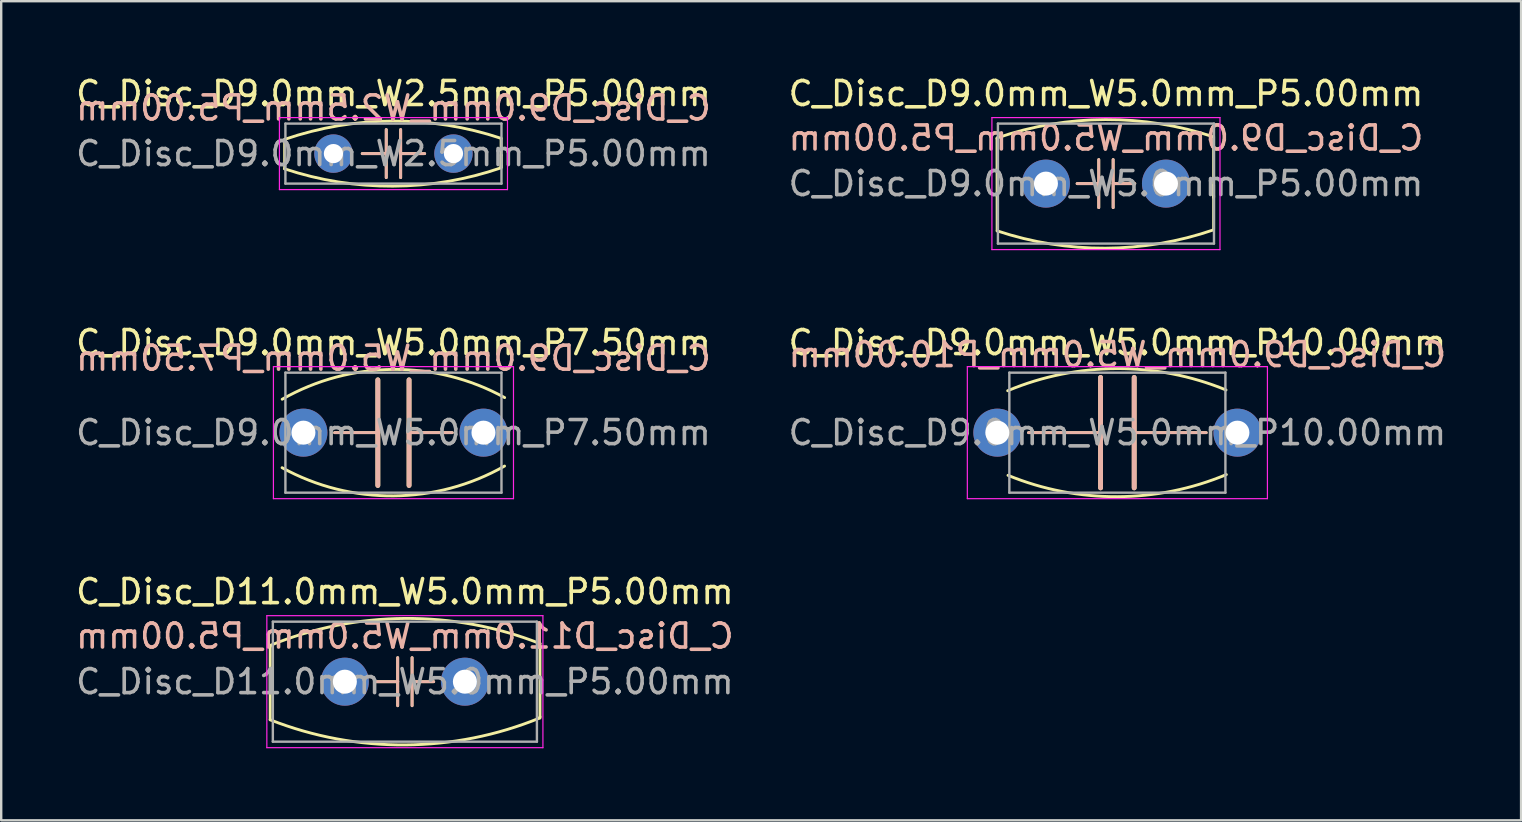
<source format=kicad_pcb>
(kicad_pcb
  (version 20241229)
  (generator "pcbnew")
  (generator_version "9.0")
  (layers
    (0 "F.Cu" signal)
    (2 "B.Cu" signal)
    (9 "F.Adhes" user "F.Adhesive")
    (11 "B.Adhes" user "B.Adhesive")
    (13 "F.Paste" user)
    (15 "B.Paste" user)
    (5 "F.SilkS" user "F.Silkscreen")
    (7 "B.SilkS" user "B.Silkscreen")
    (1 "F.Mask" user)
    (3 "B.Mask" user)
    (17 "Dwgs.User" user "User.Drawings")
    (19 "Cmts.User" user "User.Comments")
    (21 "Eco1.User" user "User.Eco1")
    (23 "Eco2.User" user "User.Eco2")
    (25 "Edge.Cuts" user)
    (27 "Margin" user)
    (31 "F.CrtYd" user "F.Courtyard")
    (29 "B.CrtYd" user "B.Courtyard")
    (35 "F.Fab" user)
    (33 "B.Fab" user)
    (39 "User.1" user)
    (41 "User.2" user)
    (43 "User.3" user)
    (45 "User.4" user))
  (footprint "C_Disc_D9.0mm_W2.5mm_P5.00mm"
    (layer "F.Cu")
    (at 10.839 3.348)
    (property "Reference" "C_Disc_D9.0mm_W2.5mm_P5.00mm" (at 2.5 -2.5 0) (layer "F.SilkS") (effects (font (size 1 1) (thickness 0.15))))
    (fp_line (start -2.032 -0.572) (end -2.032 0.635) (stroke (width 0.12) (type solid)) (layer "F.SilkS"))
    (fp_line (start -2.032 -0.572) (end -2.026 -0.594) (stroke (width 0.12) (type solid)) (layer "F.SilkS"))
    (fp_line (start 1.2 0) (end 2.2 0) (stroke (width 0.12) (type solid)) (layer "F.SilkS"))
    (fp_line (start 2.2 0) (end 2.2 -1) (stroke (width 0.12) (type solid)) (layer "F.SilkS"))
    (fp_line (start 2.2 0) (end 2.2 1) (stroke (width 0.12) (type solid)) (layer "F.SilkS"))
    (fp_line (start 2.8 -1) (end 2.8 1) (stroke (width 0.12) (type solid)) (layer "F.SilkS"))
    (fp_line (start 2.8 0) (end 3.8 0) (stroke (width 0.12) (type solid)) (layer "F.SilkS"))
    (fp_line (start 6.985 0.064) (end 6.985 -0.635) (stroke (width 0.12) (type solid)) (layer "F.SilkS"))
    (fp_line (start 6.985 0.064) (end 6.985 0.572) (stroke (width 0.12) (type solid)) (layer "F.SilkS"))
    (fp_line (start 6.985 0.572) (end 6.985 0.064) (stroke (width 0.12) (type solid)) (layer "F.SilkS"))
    (fp_line (start 6.985 0.572) (end 6.985 0.508) (stroke (width 0.12) (type solid)) (layer "F.SilkS"))
    (fp_arc (start -2.025917 -0.594083) (mid 2.476174 -1.356179) (end 6.985 -0.635) (stroke (width 0.12) (type solid)) (layer "F.SilkS"))
    (fp_arc (start 6.978917 0.594083) (mid 2.476826 1.356179) (end -2.032 0.635) (stroke (width 0.12) (type solid)) (layer "F.SilkS"))
    (fp_line (start 1.2 0) (end 2.2 0) (stroke (width 0.12) (type solid)) (layer "B.SilkS"))
    (fp_line (start 2.2 0) (end 2.2 -1) (stroke (width 0.12) (type solid)) (layer "B.SilkS"))
    (fp_line (start 2.2 0) (end 2.2 1) (stroke (width 0.12) (type solid)) (layer "B.SilkS"))
    (fp_line (start 2.8 0) (end 3.8 0) (stroke (width 0.12) (type solid)) (layer "B.SilkS"))
    (fp_line (start 2.8 1) (end 2.8 -1) (stroke (width 0.12) (type solid)) (layer "B.SilkS"))
    (fp_line (start -2.25 -1.5) (end -2.25 1.5) (stroke (width 0.05) (type solid)) (layer "F.CrtYd"))
    (fp_line (start -2.25 1.5) (end 7.25 1.5) (stroke (width 0.05) (type solid)) (layer "F.CrtYd"))
    (fp_line (start 7.25 -1.5) (end -2.25 -1.5) (stroke (width 0.05) (type solid)) (layer "F.CrtYd"))
    (fp_line (start 7.25 1.5) (end 7.25 -1.5) (stroke (width 0.05) (type solid)) (layer "F.CrtYd"))
    (fp_line (start -2 -1.25) (end -2 1.25) (stroke (width 0.1) (type solid)) (layer "F.Fab"))
    (fp_line (start -2 1.25) (end 7 1.25) (stroke (width 0.1) (type solid)) (layer "F.Fab"))
    (fp_line (start 7 -1.25) (end -2 -1.25) (stroke (width 0.1) (type solid)) (layer "F.Fab"))
    (fp_line (start 7 1.25) (end 7 -1.25) (stroke (width 0.1) (type solid)) (layer "F.Fab"))
    (fp_text user "${REFERENCE}" (at 2.5 -1.9 0) (layer "B.SilkS") (effects (font (size 1 1) (thickness 0.15)) (justify mirror)))
    (fp_text user "${REFERENCE}" (at 2.5 0 0) (layer "F.Fab") (effects (font (size 1 1) (thickness 0.15))))
    (pad "1" thru_hole circle (at 0 0) (size 1.6 1.6) (drill 0.8) (layers "*.Cu" "*.Mask"))
    (pad "2" thru_hole circle (at 5 0) (size 1.6 1.6) (drill 0.8) (layers "*.Cu" "*.Mask")))
  (footprint "C_Disc_D9.0mm_W5.0mm_P5.00mm"
    (layer "F.Cu")
    (at 40.518 4.598)
    (property "Reference" "C_Disc_D9.0mm_W5.0mm_P5.00mm" (at 2.5 -3.75 0) (layer "F.SilkS") (effects (font (size 1 1) (thickness 0.15))))
    (fp_line (start -2.038 -1.882) (end -2.032 -1.905) (stroke (width 0.12) (type solid)) (layer "F.SilkS"))
    (fp_line (start -2.038 -1.882) (end -2.032 1.968) (stroke (width 0.12) (type solid)) (layer "F.SilkS"))
    (fp_line (start 1.3 0) (end 2.2 0) (stroke (width 0.12) (type solid)) (layer "F.SilkS"))
    (fp_line (start 2.2 0) (end 2.2 -1) (stroke (width 0.12) (type solid)) (layer "F.SilkS"))
    (fp_line (start 2.2 0) (end 2.2 1) (stroke (width 0.12) (type solid)) (layer "F.SilkS"))
    (fp_line (start 2.8 -1) (end 2.8 1) (stroke (width 0.12) (type solid)) (layer "F.SilkS"))
    (fp_line (start 2.8 0) (end 3.7 0) (stroke (width 0.12) (type solid)) (layer "F.SilkS"))
    (fp_line (start 6.985 0.064) (end 6.985 -1.946) (stroke (width 0.12) (type solid)) (layer "F.SilkS"))
    (fp_line (start 6.985 0.064) (end 6.985 0.572) (stroke (width 0.12) (type solid)) (layer "F.SilkS"))
    (fp_line (start 6.985 0.572) (end 6.985 0.508) (stroke (width 0.12) (type solid)) (layer "F.SilkS"))
    (fp_line (start 6.985 1.905) (end 6.985 0.064) (stroke (width 0.12) (type solid)) (layer "F.SilkS"))
    (fp_arc (start -2.025917 -1.905) (mid 2.476174 -2.667096) (end 6.985 -1.945917) (stroke (width 0.12) (type solid)) (layer "F.SilkS"))
    (fp_arc (start 6.978917 1.927583) (mid 2.476826 2.689679) (end -2.032 1.9685) (stroke (width 0.12) (type solid)) (layer "F.SilkS"))
    (fp_line (start 1.3 0) (end 2.2 0) (stroke (width 0.12) (type solid)) (layer "B.SilkS"))
    (fp_line (start 2.2 0) (end 2.2 -1) (stroke (width 0.12) (type solid)) (layer "B.SilkS"))
    (fp_line (start 2.2 0) (end 2.2 1) (stroke (width 0.12) (type solid)) (layer "B.SilkS"))
    (fp_line (start 2.8 0) (end 3.7 0) (stroke (width 0.12) (type solid)) (layer "B.SilkS"))
    (fp_line (start 2.8 1) (end 2.8 -1) (stroke (width 0.12) (type solid)) (layer "B.SilkS"))
    (fp_line (start -2.25 -2.75) (end -2.25 2.75) (stroke (width 0.05) (type solid)) (layer "F.CrtYd"))
    (fp_line (start -2.25 2.75) (end 7.25 2.75) (stroke (width 0.05) (type solid)) (layer "F.CrtYd"))
    (fp_line (start 7.25 -2.75) (end -2.25 -2.75) (stroke (width 0.05) (type solid)) (layer "F.CrtYd"))
    (fp_line (start 7.25 2.75) (end 7.25 -2.75) (stroke (width 0.05) (type solid)) (layer "F.CrtYd"))
    (fp_line (start -2 -2.5) (end -2 2.5) (stroke (width 0.1) (type solid)) (layer "F.Fab"))
    (fp_line (start -2 2.5) (end 7 2.5) (stroke (width 0.1) (type solid)) (layer "F.Fab"))
    (fp_line (start 7 -2.5) (end -2 -2.5) (stroke (width 0.1) (type solid)) (layer "F.Fab"))
    (fp_line (start 7 2.5) (end 7 -2.5) (stroke (width 0.1) (type solid)) (layer "F.Fab"))
    (fp_text user "${REFERENCE}" (at 2.5 -1.9 0) (layer "B.SilkS") (effects (font (size 1 1) (thickness 0.15)) (justify mirror)))
    (fp_text user "${REFERENCE}" (at 2.5 0 0) (layer "F.Fab") (effects (font (size 1 1) (thickness 0.15))))
    (pad "1" thru_hole circle (at 0 0) (size 2 2) (drill 1) (layers "*.Cu" "*.Mask"))
    (pad "2" thru_hole circle (at 5 0) (size 2 2) (drill 1) (layers "*.Cu" "*.Mask")))
  (footprint "C_Disc_D11.0mm_W5.0mm_P5.00mm"
    (layer "F.Cu")
    (at 11.315 25.345)
    (property "Reference" "C_Disc_D11.0mm_W5.0mm_P5.00mm" (at 2.5 -3.75 0) (layer "F.SilkS") (effects (font (size 1 1) (thickness 0.15))))
    (fp_line (start -3.111 -1.46) (end -3.106 -1.511) (stroke (width 0.12) (type solid)) (layer "F.SilkS"))
    (fp_line (start -3.111 1.587) (end -3.111 -1.46) (stroke (width 0.12) (type solid)) (layer "F.SilkS"))
    (fp_line (start 1.3 0) (end 2.2 0) (stroke (width 0.12) (type solid)) (layer "F.SilkS"))
    (fp_line (start 2.2 0) (end 2.2 -1) (stroke (width 0.12) (type solid)) (layer "F.SilkS"))
    (fp_line (start 2.2 0) (end 2.2 1) (stroke (width 0.12) (type solid)) (layer "F.SilkS"))
    (fp_line (start 2.8 -1) (end 2.8 1) (stroke (width 0.12) (type solid)) (layer "F.SilkS"))
    (fp_line (start 2.8 0) (end 3.7 0) (stroke (width 0.12) (type solid)) (layer "F.SilkS"))
    (fp_line (start 8.128 -1.587) (end 8.128 1.46) (stroke (width 0.12) (type solid)) (layer "F.SilkS"))
    (fp_line (start 8.128 1.46) (end 8.123 1.511) (stroke (width 0.12) (type solid)) (layer "F.SilkS"))
    (fp_arc (start -3.106181 -1.511004) (mid 2.50352 -2.634411) (end 8.128 -1.5875) (stroke (width 0.12) (type solid)) (layer "F.SilkS"))
    (fp_arc (start 8.122681 1.511004) (mid 2.51298 2.634411) (end -3.1115 1.5875) (stroke (width 0.12) (type solid)) (layer "F.SilkS"))
    (fp_line (start 1.3 0) (end 2.2 0) (stroke (width 0.12) (type solid)) (layer "B.SilkS"))
    (fp_line (start 2.2 0) (end 2.2 -1) (stroke (width 0.12) (type solid)) (layer "B.SilkS"))
    (fp_line (start 2.2 0) (end 2.2 1) (stroke (width 0.12) (type solid)) (layer "B.SilkS"))
    (fp_line (start 2.8 0) (end 3.7 0) (stroke (width 0.12) (type solid)) (layer "B.SilkS"))
    (fp_line (start 2.8 1) (end 2.8 -1) (stroke (width 0.12) (type solid)) (layer "B.SilkS"))
    (fp_line (start -3.25 -2.75) (end -3.25 2.75) (stroke (width 0.05) (type solid)) (layer "F.CrtYd"))
    (fp_line (start -3.25 2.75) (end 8.25 2.75) (stroke (width 0.05) (type solid)) (layer "F.CrtYd"))
    (fp_line (start 8.25 -2.75) (end -3.25 -2.75) (stroke (width 0.05) (type solid)) (layer "F.CrtYd"))
    (fp_line (start 8.25 2.75) (end 8.25 -2.75) (stroke (width 0.05) (type solid)) (layer "F.CrtYd"))
    (fp_line (start -3 -2.5) (end -3 2.5) (stroke (width 0.1) (type solid)) (layer "F.Fab"))
    (fp_line (start -3 2.5) (end 8 2.5) (stroke (width 0.1) (type solid)) (layer "F.Fab"))
    (fp_line (start 8 -2.5) (end -3 -2.5) (stroke (width 0.1) (type solid)) (layer "F.Fab"))
    (fp_line (start 8 2.5) (end 8 -2.5) (stroke (width 0.1) (type solid)) (layer "F.Fab"))
    (fp_text user "${REFERENCE}" (at 2.5 -1.9 0) (layer "B.SilkS") (effects (font (size 1 1) (thickness 0.15)) (justify mirror)))
    (fp_text user "${REFERENCE}" (at 2.5 0 0) (layer "F.Fab") (effects (font (size 1 1) (thickness 0.15))))
    (pad "1" thru_hole circle (at 0 0) (size 2 2) (drill 1) (layers "*.Cu" "*.Mask"))
    (pad "2" thru_hole circle (at 5 0) (size 2 2) (drill 1) (layers "*.Cu" "*.Mask")))
  (footprint "C_Disc_D9.0mm_W5.0mm_P10.00mm"
    (layer "F.Cu")
    (at 38.494 14.972)
    (property "Reference" "C_Disc_D9.0mm_W5.0mm_P10.00mm" (at 5 -3.75 0) (layer "F.SilkS") (effects (font (size 1 1) (thickness 0.15))))
    (fp_line (start 1.3 0) (end 4.3 0) (stroke (width 0.12) (type solid)) (layer "F.SilkS"))
    (fp_line (start 4.3 0) (end 4.3 -2.3) (stroke (width 0.2) (type solid)) (layer "F.SilkS"))
    (fp_line (start 4.3 0) (end 4.3 2.3) (stroke (width 0.2) (type solid)) (layer "F.SilkS"))
    (fp_line (start 5.7 0) (end 5.7 -2.3) (stroke (width 0.2) (type solid)) (layer "F.SilkS"))
    (fp_line (start 5.7 0) (end 5.7 2.3) (stroke (width 0.2) (type solid)) (layer "F.SilkS"))
    (fp_line (start 5.7 0) (end 8.7 0) (stroke (width 0.12) (type solid)) (layer "F.SilkS"))
    (fp_arc (start 0.431238 -1.746181) (mid 4.974952 -2.667096) (end 9.525 -1.778) (stroke (width 0.12) (type solid)) (layer "F.SilkS"))
    (fp_arc (start 9.538262 1.746181) (mid 4.994548 2.667096) (end 0.4445 1.778) (stroke (width 0.12) (type solid)) (layer "F.SilkS"))
    (fp_line (start 1.3 0) (end 4.3 0) (stroke (width 0.12) (type solid)) (layer "B.SilkS"))
    (fp_line (start 4.3 0) (end 4.3 -2.3) (stroke (width 0.2) (type solid)) (layer "B.SilkS"))
    (fp_line (start 4.3 0) (end 4.3 2.3) (stroke (width 0.2) (type solid)) (layer "B.SilkS"))
    (fp_line (start 5.7 0) (end 5.7 -2.3) (stroke (width 0.2) (type solid)) (layer "B.SilkS"))
    (fp_line (start 5.7 0) (end 5.7 2.3) (stroke (width 0.2) (type solid)) (layer "B.SilkS"))
    (fp_line (start 5.7 0) (end 8.7 0) (stroke (width 0.12) (type solid)) (layer "B.SilkS"))
    (fp_line (start -1.25 -2.75) (end -1.25 2.75) (stroke (width 0.05) (type solid)) (layer "F.CrtYd"))
    (fp_line (start -1.25 2.75) (end 11.25 2.75) (stroke (width 0.05) (type solid)) (layer "F.CrtYd"))
    (fp_line (start 11.25 -2.75) (end -1.25 -2.75) (stroke (width 0.05) (type solid)) (layer "F.CrtYd"))
    (fp_line (start 11.25 2.75) (end 11.25 -2.75) (stroke (width 0.05) (type solid)) (layer "F.CrtYd"))
    (fp_line (start 0.5 -2.5) (end 0.5 2.5) (stroke (width 0.1) (type solid)) (layer "F.Fab"))
    (fp_line (start 0.5 2.5) (end 9.5 2.5) (stroke (width 0.1) (type solid)) (layer "F.Fab"))
    (fp_line (start 9.5 -2.5) (end 0.5 -2.5) (stroke (width 0.1) (type solid)) (layer "F.Fab"))
    (fp_line (start 9.5 2.5) (end 9.5 -2.5) (stroke (width 0.1) (type solid)) (layer "F.Fab"))
    (fp_text user "${REFERENCE}" (at 5 -3.25 0) (layer "B.SilkS") (effects (font (size 1 1) (thickness 0.15)) (justify mirror)))
    (fp_text user "${REFERENCE}" (at 5 0 0) (layer "F.Fab") (effects (font (size 1 1) (thickness 0.15))))
    (pad "1" thru_hole circle (at 0 0) (size 2 2) (drill 1) (layers "*.Cu" "*.Mask"))
    (pad "2" thru_hole circle (at 10 0) (size 2 2) (drill 1) (layers "*.Cu" "*.Mask")))
  (footprint "C_Disc_D9.0mm_W5.0mm_P7.50mm"
    (layer "F.Cu")
    (at 9.589 14.972)
    (property "Reference" "C_Disc_D9.0mm_W5.0mm_P7.50mm" (at 3.75 -3.75 0) (layer "F.SilkS") (effects (font (size 1 1) (thickness 0.15))))
    (fp_line (start 1.3 0) (end 3.1 0) (stroke (width 0.12) (type solid)) (layer "F.SilkS"))
    (fp_line (start 3.1 0) (end 3.1 -2.2) (stroke (width 0.2) (type solid)) (layer "F.SilkS"))
    (fp_line (start 3.1 0) (end 3.1 2.2) (stroke (width 0.2) (type solid)) (layer "F.SilkS"))
    (fp_line (start 4.4 0) (end 4.4 -2.2) (stroke (width 0.2) (type solid)) (layer "F.SilkS"))
    (fp_line (start 4.4 0) (end 4.4 2.2) (stroke (width 0.2) (type solid)) (layer "F.SilkS"))
    (fp_line (start 4.4 0) (end 6.2 0) (stroke (width 0.12) (type solid)) (layer "F.SilkS"))
    (fp_arc (start -0.884963 -1.391723) (mid 3.739555 -2.633873) (end 8.382 -1.4605) (stroke (width 0.12) (type solid)) (layer "F.SilkS"))
    (fp_arc (start 8.377963 1.391723) (mid 3.753445 2.633873) (end -0.889 1.4605) (stroke (width 0.12) (type solid)) (layer "F.SilkS"))
    (fp_line (start 1.3 0) (end 3.048 0) (stroke (width 0.12) (type solid)) (layer "B.SilkS"))
    (fp_line (start 3.1 0) (end 3.1 -2.2) (stroke (width 0.2) (type solid)) (layer "B.SilkS"))
    (fp_line (start 3.1 0) (end 3.1 2.2) (stroke (width 0.2) (type solid)) (layer "B.SilkS"))
    (fp_line (start 4.4 0) (end 4.4 -2.2) (stroke (width 0.2) (type solid)) (layer "B.SilkS"))
    (fp_line (start 4.4 0) (end 4.4 2.2) (stroke (width 0.2) (type solid)) (layer "B.SilkS"))
    (fp_line (start 4.445 0) (end 6.2 0) (stroke (width 0.12) (type solid)) (layer "B.SilkS"))
    (fp_line (start -1.25 -2.75) (end -1.25 2.75) (stroke (width 0.05) (type solid)) (layer "F.CrtYd"))
    (fp_line (start -1.25 2.75) (end 8.75 2.75) (stroke (width 0.05) (type solid)) (layer "F.CrtYd"))
    (fp_line (start 8.75 -2.75) (end -1.25 -2.75) (stroke (width 0.05) (type solid)) (layer "F.CrtYd"))
    (fp_line (start 8.75 2.75) (end 8.75 -2.75) (stroke (width 0.05) (type solid)) (layer "F.CrtYd"))
    (fp_line (start -0.75 -2.5) (end -0.75 2.5) (stroke (width 0.1) (type solid)) (layer "F.Fab"))
    (fp_line (start -0.75 2.5) (end 8.25 2.5) (stroke (width 0.1) (type solid)) (layer "F.Fab"))
    (fp_line (start 8.25 -2.5) (end -0.75 -2.5) (stroke (width 0.1) (type solid)) (layer "F.Fab"))
    (fp_line (start 8.25 2.5) (end 8.25 -2.5) (stroke (width 0.1) (type solid)) (layer "F.Fab"))
    (fp_text user "${REFERENCE}" (at 3.75 -3.1 0) (layer "B.SilkS") (effects (font (size 1 1) (thickness 0.15)) (justify mirror)))
    (fp_text user "${REFERENCE}" (at 3.75 0 0) (layer "F.Fab") (effects (font (size 1 1) (thickness 0.15))))
    (pad "1" thru_hole circle (at 0 0) (size 2 2) (drill 1) (layers "*.Cu" "*.Mask"))
    (pad "2" thru_hole circle (at 7.5 0) (size 2 2) (drill 1) (layers "*.Cu" "*.Mask")))
  (gr_rect
    (start -3 -3)
    (end 60.31 31.12)
    (stroke (width 0.1) (type default))
    (fill no)
    (layer "Edge.Cuts")))
</source>
